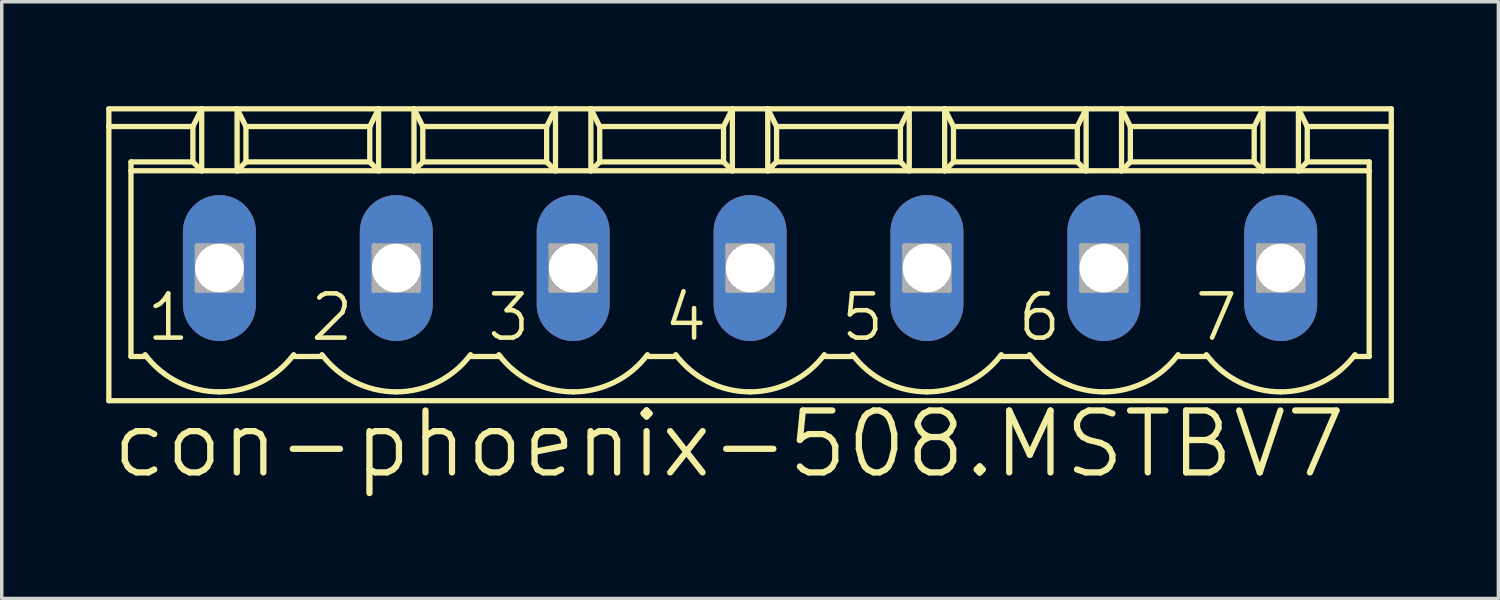
<source format=kicad_pcb>
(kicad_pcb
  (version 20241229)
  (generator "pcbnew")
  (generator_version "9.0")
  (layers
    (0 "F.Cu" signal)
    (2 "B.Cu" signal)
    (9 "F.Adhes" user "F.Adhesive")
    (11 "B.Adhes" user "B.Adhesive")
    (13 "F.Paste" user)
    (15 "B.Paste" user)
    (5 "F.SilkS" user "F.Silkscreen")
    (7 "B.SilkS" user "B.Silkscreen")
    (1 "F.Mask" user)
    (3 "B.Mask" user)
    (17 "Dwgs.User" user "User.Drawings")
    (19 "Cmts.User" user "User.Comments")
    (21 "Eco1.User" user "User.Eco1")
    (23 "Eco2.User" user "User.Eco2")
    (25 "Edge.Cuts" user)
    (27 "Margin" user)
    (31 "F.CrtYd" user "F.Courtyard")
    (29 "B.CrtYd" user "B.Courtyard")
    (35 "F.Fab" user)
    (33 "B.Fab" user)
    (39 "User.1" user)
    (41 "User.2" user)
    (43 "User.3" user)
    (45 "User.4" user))
  (footprint "con-phoenix-508.MSTBV7"
    (layer "F.Cu")
    (at 18.491 4.648)
    (property "Reference" "con-phoenix-508.MSTBV7" (at -18.415 6.096 0) (layer "F.SilkS") (effects (font (size 1.778 1.778) (thickness 0.18)) (justify left bottom)))
    (attr through_hole)
    (fp_line (start -18.415 -4.572) (end -18.415 -4.064) (stroke (width 0.152) (type default)) (layer "F.SilkS"))
    (fp_line (start -18.415 -4.572) (end -15.748 -4.572) (stroke (width 0.152) (type default)) (layer "F.SilkS"))
    (fp_line (start -18.415 -4.064) (end -18.415 3.81) (stroke (width 0.152) (type default)) (layer "F.SilkS"))
    (fp_line (start -18.415 -4.064) (end -16.002 -4.064) (stroke (width 0.152) (type default)) (layer "F.SilkS"))
    (fp_line (start -18.415 3.81) (end 18.415 3.81) (stroke (width 0.152) (type default)) (layer "F.SilkS"))
    (fp_line (start -17.78 -2.794) (end -17.78 -3.048) (stroke (width 0.152) (type default)) (layer "F.SilkS"))
    (fp_line (start -17.78 -2.794) (end -15.748 -2.794) (stroke (width 0.152) (type default)) (layer "F.SilkS"))
    (fp_line (start -17.78 2.54) (end -17.78 -2.794) (stroke (width 0.152) (type default)) (layer "F.SilkS"))
    (fp_line (start -17.78 2.54) (end -17.348 2.54) (stroke (width 0.152) (type default)) (layer "F.SilkS"))
    (fp_line (start -16.002 -4.064) (end -16.002 -3.048) (stroke (width 0.152) (type default)) (layer "F.SilkS"))
    (fp_line (start -16.002 -4.064) (end -15.748 -4.572) (stroke (width 0.152) (type default)) (layer "F.SilkS"))
    (fp_line (start -16.002 -3.048) (end -17.78 -3.048) (stroke (width 0.152) (type default)) (layer "F.SilkS"))
    (fp_line (start -16.002 -3.048) (end -15.748 -2.794) (stroke (width 0.152) (type default)) (layer "F.SilkS"))
    (fp_line (start -15.748 -4.572) (end -14.732 -4.572) (stroke (width 0.152) (type default)) (layer "F.SilkS"))
    (fp_line (start -15.748 -2.794) (end -15.748 -4.572) (stroke (width 0.152) (type default)) (layer "F.SilkS"))
    (fp_line (start -15.748 -2.794) (end -14.732 -2.794) (stroke (width 0.152) (type default)) (layer "F.SilkS"))
    (fp_line (start -14.732 -4.572) (end -14.478 -4.064) (stroke (width 0.152) (type default)) (layer "F.SilkS"))
    (fp_line (start -14.732 -4.572) (end -10.668 -4.572) (stroke (width 0.152) (type default)) (layer "F.SilkS"))
    (fp_line (start -14.732 -2.794) (end -14.732 -4.572) (stroke (width 0.152) (type default)) (layer "F.SilkS"))
    (fp_line (start -14.732 -2.794) (end -10.668 -2.794) (stroke (width 0.152) (type default)) (layer "F.SilkS"))
    (fp_line (start -14.478 -4.064) (end -14.478 -3.048) (stroke (width 0.152) (type default)) (layer "F.SilkS"))
    (fp_line (start -14.478 -4.064) (end -10.922 -4.064) (stroke (width 0.152) (type default)) (layer "F.SilkS"))
    (fp_line (start -14.478 -3.048) (end -14.732 -2.794) (stroke (width 0.152) (type default)) (layer "F.SilkS"))
    (fp_line (start -13.081 2.54) (end -12.319 2.54) (stroke (width 0.152) (type default)) (layer "F.SilkS"))
    (fp_line (start -10.922 -4.064) (end -10.922 -3.048) (stroke (width 0.152) (type default)) (layer "F.SilkS"))
    (fp_line (start -10.922 -4.064) (end -10.668 -4.572) (stroke (width 0.152) (type default)) (layer "F.SilkS"))
    (fp_line (start -10.922 -3.048) (end -14.478 -3.048) (stroke (width 0.152) (type default)) (layer "F.SilkS"))
    (fp_line (start -10.922 -3.048) (end -10.668 -2.794) (stroke (width 0.152) (type default)) (layer "F.SilkS"))
    (fp_line (start -10.668 -4.572) (end -9.652 -4.572) (stroke (width 0.152) (type default)) (layer "F.SilkS"))
    (fp_line (start -10.668 -2.794) (end -10.668 -4.572) (stroke (width 0.152) (type default)) (layer "F.SilkS"))
    (fp_line (start -10.668 -2.794) (end -9.652 -2.794) (stroke (width 0.152) (type default)) (layer "F.SilkS"))
    (fp_line (start -9.652 -4.572) (end -9.398 -4.064) (stroke (width 0.152) (type default)) (layer "F.SilkS"))
    (fp_line (start -9.652 -4.572) (end -5.588 -4.572) (stroke (width 0.152) (type default)) (layer "F.SilkS"))
    (fp_line (start -9.652 -2.794) (end -9.652 -4.572) (stroke (width 0.152) (type default)) (layer "F.SilkS"))
    (fp_line (start -9.652 -2.794) (end -5.588 -2.794) (stroke (width 0.152) (type default)) (layer "F.SilkS"))
    (fp_line (start -9.398 -4.064) (end -9.398 -3.048) (stroke (width 0.152) (type default)) (layer "F.SilkS"))
    (fp_line (start -9.398 -4.064) (end -5.842 -4.064) (stroke (width 0.152) (type default)) (layer "F.SilkS"))
    (fp_line (start -9.398 -3.048) (end -9.652 -2.794) (stroke (width 0.152) (type default)) (layer "F.SilkS"))
    (fp_line (start -8.001 2.54) (end -7.239 2.54) (stroke (width 0.152) (type default)) (layer "F.SilkS"))
    (fp_line (start -5.842 -4.064) (end -5.842 -3.048) (stroke (width 0.152) (type default)) (layer "F.SilkS"))
    (fp_line (start -5.842 -4.064) (end -5.588 -4.572) (stroke (width 0.152) (type default)) (layer "F.SilkS"))
    (fp_line (start -5.842 -3.048) (end -9.398 -3.048) (stroke (width 0.152) (type default)) (layer "F.SilkS"))
    (fp_line (start -5.842 -3.048) (end -5.588 -2.794) (stroke (width 0.152) (type default)) (layer "F.SilkS"))
    (fp_line (start -5.588 -4.572) (end -4.572 -4.572) (stroke (width 0.152) (type default)) (layer "F.SilkS"))
    (fp_line (start -5.588 -2.794) (end -5.588 -4.572) (stroke (width 0.152) (type default)) (layer "F.SilkS"))
    (fp_line (start -5.588 -2.794) (end -4.572 -2.794) (stroke (width 0.152) (type default)) (layer "F.SilkS"))
    (fp_line (start -4.572 -4.572) (end -4.318 -4.064) (stroke (width 0.152) (type default)) (layer "F.SilkS"))
    (fp_line (start -4.572 -4.572) (end -0.508 -4.572) (stroke (width 0.152) (type default)) (layer "F.SilkS"))
    (fp_line (start -4.572 -2.794) (end -4.572 -4.572) (stroke (width 0.152) (type default)) (layer "F.SilkS"))
    (fp_line (start -4.572 -2.794) (end -0.508 -2.794) (stroke (width 0.152) (type default)) (layer "F.SilkS"))
    (fp_line (start -4.318 -4.064) (end -4.318 -3.048) (stroke (width 0.152) (type default)) (layer "F.SilkS"))
    (fp_line (start -4.318 -4.064) (end -0.762 -4.064) (stroke (width 0.152) (type default)) (layer "F.SilkS"))
    (fp_line (start -4.318 -3.048) (end -4.572 -2.794) (stroke (width 0.152) (type default)) (layer "F.SilkS"))
    (fp_line (start -4.318 -3.048) (end -0.762 -3.048) (stroke (width 0.152) (type default)) (layer "F.SilkS"))
    (fp_line (start -2.921 2.54) (end -2.159 2.54) (stroke (width 0.152) (type default)) (layer "F.SilkS"))
    (fp_line (start -0.762 -4.064) (end -0.762 -3.048) (stroke (width 0.152) (type default)) (layer "F.SilkS"))
    (fp_line (start -0.762 -4.064) (end -0.508 -4.572) (stroke (width 0.152) (type default)) (layer "F.SilkS"))
    (fp_line (start -0.762 -3.048) (end -0.508 -2.794) (stroke (width 0.152) (type default)) (layer "F.SilkS"))
    (fp_line (start -0.508 -4.572) (end 0.508 -4.572) (stroke (width 0.152) (type default)) (layer "F.SilkS"))
    (fp_line (start -0.508 -2.794) (end -0.508 -4.572) (stroke (width 0.152) (type default)) (layer "F.SilkS"))
    (fp_line (start -0.508 -2.794) (end 0.508 -2.794) (stroke (width 0.152) (type default)) (layer "F.SilkS"))
    (fp_line (start 0.508 -4.572) (end 0.762 -4.064) (stroke (width 0.152) (type default)) (layer "F.SilkS"))
    (fp_line (start 0.508 -4.572) (end 4.572 -4.572) (stroke (width 0.152) (type default)) (layer "F.SilkS"))
    (fp_line (start 0.508 -2.794) (end 0.508 -4.572) (stroke (width 0.152) (type default)) (layer "F.SilkS"))
    (fp_line (start 0.508 -2.794) (end 4.572 -2.794) (stroke (width 0.152) (type default)) (layer "F.SilkS"))
    (fp_line (start 0.762 -4.064) (end 0.762 -3.048) (stroke (width 0.152) (type default)) (layer "F.SilkS"))
    (fp_line (start 0.762 -4.064) (end 4.318 -4.064) (stroke (width 0.152) (type default)) (layer "F.SilkS"))
    (fp_line (start 0.762 -3.048) (end 0.508 -2.794) (stroke (width 0.152) (type default)) (layer "F.SilkS"))
    (fp_line (start 0.762 -3.048) (end 4.318 -3.048) (stroke (width 0.152) (type default)) (layer "F.SilkS"))
    (fp_line (start 2.159 2.54) (end 2.921 2.54) (stroke (width 0.152) (type default)) (layer "F.SilkS"))
    (fp_line (start 4.318 -4.064) (end 4.318 -3.048) (stroke (width 0.152) (type default)) (layer "F.SilkS"))
    (fp_line (start 4.318 -4.064) (end 4.572 -4.572) (stroke (width 0.152) (type default)) (layer "F.SilkS"))
    (fp_line (start 4.318 -3.048) (end 4.572 -2.794) (stroke (width 0.152) (type default)) (layer "F.SilkS"))
    (fp_line (start 4.572 -4.572) (end 5.588 -4.572) (stroke (width 0.152) (type default)) (layer "F.SilkS"))
    (fp_line (start 4.572 -2.794) (end 4.572 -4.572) (stroke (width 0.152) (type default)) (layer "F.SilkS"))
    (fp_line (start 4.572 -2.794) (end 5.588 -2.794) (stroke (width 0.152) (type default)) (layer "F.SilkS"))
    (fp_line (start 5.588 -4.572) (end 5.842 -4.064) (stroke (width 0.152) (type default)) (layer "F.SilkS"))
    (fp_line (start 5.588 -4.572) (end 9.652 -4.572) (stroke (width 0.152) (type default)) (layer "F.SilkS"))
    (fp_line (start 5.588 -2.794) (end 5.588 -4.572) (stroke (width 0.152) (type default)) (layer "F.SilkS"))
    (fp_line (start 5.588 -2.794) (end 9.652 -2.794) (stroke (width 0.152) (type default)) (layer "F.SilkS"))
    (fp_line (start 5.842 -4.064) (end 5.842 -3.048) (stroke (width 0.152) (type default)) (layer "F.SilkS"))
    (fp_line (start 5.842 -4.064) (end 9.398 -4.064) (stroke (width 0.152) (type default)) (layer "F.SilkS"))
    (fp_line (start 5.842 -3.048) (end 5.588 -2.794) (stroke (width 0.152) (type default)) (layer "F.SilkS"))
    (fp_line (start 5.842 -3.048) (end 9.398 -3.048) (stroke (width 0.152) (type default)) (layer "F.SilkS"))
    (fp_line (start 7.239 2.54) (end 8.001 2.54) (stroke (width 0.152) (type default)) (layer "F.SilkS"))
    (fp_line (start 9.398 -4.064) (end 9.398 -3.048) (stroke (width 0.152) (type default)) (layer "F.SilkS"))
    (fp_line (start 9.398 -4.064) (end 9.652 -4.572) (stroke (width 0.152) (type default)) (layer "F.SilkS"))
    (fp_line (start 9.398 -3.048) (end 9.652 -2.794) (stroke (width 0.152) (type default)) (layer "F.SilkS"))
    (fp_line (start 9.652 -4.572) (end 10.668 -4.572) (stroke (width 0.152) (type default)) (layer "F.SilkS"))
    (fp_line (start 9.652 -2.794) (end 9.652 -4.572) (stroke (width 0.152) (type default)) (layer "F.SilkS"))
    (fp_line (start 9.652 -2.794) (end 10.668 -2.794) (stroke (width 0.152) (type default)) (layer "F.SilkS"))
    (fp_line (start 10.668 -4.572) (end 10.922 -4.064) (stroke (width 0.152) (type default)) (layer "F.SilkS"))
    (fp_line (start 10.668 -4.572) (end 14.732 -4.572) (stroke (width 0.152) (type default)) (layer "F.SilkS"))
    (fp_line (start 10.668 -2.794) (end 10.668 -4.572) (stroke (width 0.152) (type default)) (layer "F.SilkS"))
    (fp_line (start 10.668 -2.794) (end 14.732 -2.794) (stroke (width 0.152) (type default)) (layer "F.SilkS"))
    (fp_line (start 10.922 -4.064) (end 10.922 -3.048) (stroke (width 0.152) (type default)) (layer "F.SilkS"))
    (fp_line (start 10.922 -4.064) (end 14.478 -4.064) (stroke (width 0.152) (type default)) (layer "F.SilkS"))
    (fp_line (start 10.922 -3.048) (end 10.668 -2.794) (stroke (width 0.152) (type default)) (layer "F.SilkS"))
    (fp_line (start 10.922 -3.048) (end 14.478 -3.048) (stroke (width 0.152) (type default)) (layer "F.SilkS"))
    (fp_line (start 12.319 2.54) (end 13.081 2.54) (stroke (width 0.152) (type default)) (layer "F.SilkS"))
    (fp_line (start 14.478 -4.064) (end 14.478 -3.048) (stroke (width 0.152) (type default)) (layer "F.SilkS"))
    (fp_line (start 14.478 -4.064) (end 14.732 -4.572) (stroke (width 0.152) (type default)) (layer "F.SilkS"))
    (fp_line (start 14.478 -3.048) (end 14.732 -2.794) (stroke (width 0.152) (type default)) (layer "F.SilkS"))
    (fp_line (start 14.732 -4.572) (end 15.748 -4.572) (stroke (width 0.152) (type default)) (layer "F.SilkS"))
    (fp_line (start 14.732 -2.794) (end 14.732 -4.572) (stroke (width 0.152) (type default)) (layer "F.SilkS"))
    (fp_line (start 14.732 -2.794) (end 15.748 -2.794) (stroke (width 0.152) (type default)) (layer "F.SilkS"))
    (fp_line (start 15.748 -4.572) (end 16.002 -4.064) (stroke (width 0.152) (type default)) (layer "F.SilkS"))
    (fp_line (start 15.748 -4.572) (end 18.415 -4.572) (stroke (width 0.152) (type default)) (layer "F.SilkS"))
    (fp_line (start 15.748 -2.794) (end 15.748 -4.572) (stroke (width 0.152) (type default)) (layer "F.SilkS"))
    (fp_line (start 15.748 -2.794) (end 17.78 -2.794) (stroke (width 0.152) (type default)) (layer "F.SilkS"))
    (fp_line (start 16.002 -4.064) (end 16.002 -3.048) (stroke (width 0.152) (type default)) (layer "F.SilkS"))
    (fp_line (start 16.002 -4.064) (end 18.415 -4.064) (stroke (width 0.152) (type default)) (layer "F.SilkS"))
    (fp_line (start 16.002 -3.048) (end 15.748 -2.794) (stroke (width 0.152) (type default)) (layer "F.SilkS"))
    (fp_line (start 16.002 -3.048) (end 17.78 -3.048) (stroke (width 0.152) (type default)) (layer "F.SilkS"))
    (fp_line (start 17.348 2.54) (end 17.78 2.54) (stroke (width 0.152) (type default)) (layer "F.SilkS"))
    (fp_line (start 17.78 -3.048) (end 17.78 -2.794) (stroke (width 0.152) (type default)) (layer "F.SilkS"))
    (fp_line (start 17.78 -2.794) (end 17.78 2.54) (stroke (width 0.152) (type default)) (layer "F.SilkS"))
    (fp_line (start 18.415 -4.064) (end 18.415 -4.572) (stroke (width 0.152) (type default)) (layer "F.SilkS"))
    (fp_line (start 18.415 3.81) (end 18.415 -4.064) (stroke (width 0.152) (type default)) (layer "F.SilkS"))
    (fp_arc (start -15.24 3.556) (mid -16.432719 3.274437) (end -17.3736 2.4892) (stroke (width 0.1524) (type default)) (layer "F.SilkS"))
    (fp_arc (start -13.1064 2.4892) (mid -14.047281 3.274437) (end -15.24 3.556) (stroke (width 0.1524) (type default)) (layer "F.SilkS"))
    (fp_arc (start -10.16 3.556) (mid -11.352719 3.274437) (end -12.2936 2.4892) (stroke (width 0.1524) (type default)) (layer "F.SilkS"))
    (fp_arc (start -8.0264 2.4892) (mid -8.967281 3.274437) (end -10.16 3.556) (stroke (width 0.1524) (type default)) (layer "F.SilkS"))
    (fp_arc (start -5.08 3.556) (mid -6.272719 3.274437) (end -7.2136 2.4892) (stroke (width 0.1524) (type default)) (layer "F.SilkS"))
    (fp_arc (start -2.9464 2.4892) (mid -3.887281 3.274437) (end -5.08 3.556) (stroke (width 0.1524) (type default)) (layer "F.SilkS"))
    (fp_arc (start 0 3.556) (mid -1.192719 3.274437) (end -2.1336 2.4892) (stroke (width 0.1524) (type default)) (layer "F.SilkS"))
    (fp_arc (start 2.1336 2.4892) (mid 1.192719 3.274437) (end 0 3.556) (stroke (width 0.1524) (type default)) (layer "F.SilkS"))
    (fp_arc (start 5.08 3.556) (mid 3.887281 3.274437) (end 2.9464 2.4892) (stroke (width 0.1524) (type default)) (layer "F.SilkS"))
    (fp_arc (start 7.2136 2.4892) (mid 6.272719 3.274437) (end 5.08 3.556) (stroke (width 0.1524) (type default)) (layer "F.SilkS"))
    (fp_arc (start 10.16 3.556) (mid 8.967281 3.274437) (end 8.0264 2.4892) (stroke (width 0.1524) (type default)) (layer "F.SilkS"))
    (fp_arc (start 12.2936 2.4892) (mid 11.352719 3.274437) (end 10.16 3.556) (stroke (width 0.1524) (type default)) (layer "F.SilkS"))
    (fp_arc (start 15.24 3.556) (mid 14.047281 3.274437) (end 13.1064 2.4892) (stroke (width 0.1524) (type default)) (layer "F.SilkS"))
    (fp_arc (start 17.3736 2.4892) (mid 16.432719 3.274437) (end 15.24 3.556) (stroke (width 0.1524) (type default)) (layer "F.SilkS"))
    (fp_line (start -15.875 -0.635) (end -15.875 0.635) (stroke (width 0.152) (type default)) (layer "F.Fab"))
    (fp_line (start -15.875 -0.635) (end -14.605 0.635) (stroke (width 0.152) (type default)) (layer "F.Fab"))
    (fp_line (start -15.875 0.635) (end -14.605 -0.635) (stroke (width 0.152) (type default)) (layer "F.Fab"))
    (fp_line (start -15.875 0.635) (end -14.605 0.635) (stroke (width 0.152) (type default)) (layer "F.Fab"))
    (fp_line (start -14.605 -0.635) (end -15.875 -0.635) (stroke (width 0.152) (type default)) (layer "F.Fab"))
    (fp_line (start -14.605 0.635) (end -14.605 -0.635) (stroke (width 0.152) (type default)) (layer "F.Fab"))
    (fp_line (start -10.795 -0.635) (end -10.795 0.635) (stroke (width 0.152) (type default)) (layer "F.Fab"))
    (fp_line (start -10.795 -0.635) (end -9.525 0.635) (stroke (width 0.152) (type default)) (layer "F.Fab"))
    (fp_line (start -10.795 0.635) (end -9.525 -0.635) (stroke (width 0.152) (type default)) (layer "F.Fab"))
    (fp_line (start -10.795 0.635) (end -9.525 0.635) (stroke (width 0.152) (type default)) (layer "F.Fab"))
    (fp_line (start -9.525 -0.635) (end -10.795 -0.635) (stroke (width 0.152) (type default)) (layer "F.Fab"))
    (fp_line (start -9.525 0.635) (end -9.525 -0.635) (stroke (width 0.152) (type default)) (layer "F.Fab"))
    (fp_line (start -5.715 -0.635) (end -5.715 0.635) (stroke (width 0.152) (type default)) (layer "F.Fab"))
    (fp_line (start -5.715 -0.635) (end -4.445 0.635) (stroke (width 0.152) (type default)) (layer "F.Fab"))
    (fp_line (start -5.715 0.635) (end -4.445 -0.635) (stroke (width 0.152) (type default)) (layer "F.Fab"))
    (fp_line (start -5.715 0.635) (end -4.445 0.635) (stroke (width 0.152) (type default)) (layer "F.Fab"))
    (fp_line (start -4.445 -0.635) (end -5.715 -0.635) (stroke (width 0.152) (type default)) (layer "F.Fab"))
    (fp_line (start -4.445 0.635) (end -4.445 -0.635) (stroke (width 0.152) (type default)) (layer "F.Fab"))
    (fp_line (start -0.635 -0.635) (end -0.635 0.635) (stroke (width 0.152) (type default)) (layer "F.Fab"))
    (fp_line (start -0.635 -0.635) (end 0.635 0.635) (stroke (width 0.152) (type default)) (layer "F.Fab"))
    (fp_line (start -0.635 0.635) (end 0.635 -0.635) (stroke (width 0.152) (type default)) (layer "F.Fab"))
    (fp_line (start -0.635 0.635) (end 0.635 0.635) (stroke (width 0.152) (type default)) (layer "F.Fab"))
    (fp_line (start 0.635 -0.635) (end -0.635 -0.635) (stroke (width 0.152) (type default)) (layer "F.Fab"))
    (fp_line (start 0.635 0.635) (end 0.635 -0.635) (stroke (width 0.152) (type default)) (layer "F.Fab"))
    (fp_line (start 4.445 -0.635) (end 4.445 0.635) (stroke (width 0.152) (type default)) (layer "F.Fab"))
    (fp_line (start 4.445 -0.635) (end 5.715 0.635) (stroke (width 0.152) (type default)) (layer "F.Fab"))
    (fp_line (start 4.445 0.635) (end 5.715 -0.635) (stroke (width 0.152) (type default)) (layer "F.Fab"))
    (fp_line (start 4.445 0.635) (end 5.715 0.635) (stroke (width 0.152) (type default)) (layer "F.Fab"))
    (fp_line (start 5.715 -0.635) (end 4.445 -0.635) (stroke (width 0.152) (type default)) (layer "F.Fab"))
    (fp_line (start 5.715 0.635) (end 5.715 -0.635) (stroke (width 0.152) (type default)) (layer "F.Fab"))
    (fp_line (start 9.525 -0.635) (end 9.525 0.635) (stroke (width 0.152) (type default)) (layer "F.Fab"))
    (fp_line (start 9.525 -0.635) (end 10.795 0.635) (stroke (width 0.152) (type default)) (layer "F.Fab"))
    (fp_line (start 9.525 0.635) (end 10.795 -0.635) (stroke (width 0.152) (type default)) (layer "F.Fab"))
    (fp_line (start 9.525 0.635) (end 10.795 0.635) (stroke (width 0.152) (type default)) (layer "F.Fab"))
    (fp_line (start 10.795 -0.635) (end 9.525 -0.635) (stroke (width 0.152) (type default)) (layer "F.Fab"))
    (fp_line (start 10.795 0.635) (end 10.795 -0.635) (stroke (width 0.152) (type default)) (layer "F.Fab"))
    (fp_line (start 14.605 -0.635) (end 14.605 0.635) (stroke (width 0.152) (type default)) (layer "F.Fab"))
    (fp_line (start 14.605 -0.635) (end 15.875 0.635) (stroke (width 0.152) (type default)) (layer "F.Fab"))
    (fp_line (start 14.605 0.635) (end 15.875 -0.635) (stroke (width 0.152) (type default)) (layer "F.Fab"))
    (fp_line (start 14.605 0.635) (end 15.875 0.635) (stroke (width 0.152) (type default)) (layer "F.Fab"))
    (fp_line (start 15.875 -0.635) (end 14.605 -0.635) (stroke (width 0.152) (type default)) (layer "F.Fab"))
    (fp_line (start 15.875 0.635) (end 15.875 -0.635) (stroke (width 0.152) (type default)) (layer "F.Fab"))
    (fp_text user "2" (at -12.7 2.159 0) (layer "F.SilkS") (effects (font (size 1.27 1.27) (thickness 0.13)) (justify left bottom)))
    (fp_text user "5" (at 2.54 2.159 0) (layer "F.SilkS") (effects (font (size 1.27 1.27) (thickness 0.13)) (justify left bottom)))
    (fp_text user "3" (at -7.62 2.159 0) (layer "F.SilkS") (effects (font (size 1.27 1.27) (thickness 0.13)) (justify left bottom)))
    (fp_text user "1" (at -17.399 2.159 0) (layer "F.SilkS") (effects (font (size 1.27 1.27) (thickness 0.13)) (justify left bottom)))
    (fp_text user "6" (at 7.62 2.159 0) (layer "F.SilkS") (effects (font (size 1.27 1.27) (thickness 0.13)) (justify left bottom)))
    (fp_text user "7" (at 12.7 2.159 0) (layer "F.SilkS") (effects (font (size 1.27 1.27) (thickness 0.13)) (justify left bottom)))
    (fp_text user "4" (at -2.54 2.159 0) (layer "F.SilkS") (effects (font (size 1.27 1.27) (thickness 0.13)) (justify left bottom)))
    (pad "1" thru_hole oval (at -15.24 0 90) (size 4.191 2.095) (drill 1.397) (layers "*.Cu" "*.Mask"))
    (pad "2" thru_hole oval (at -10.16 0 90) (size 4.191 2.095) (drill 1.397) (layers "*.Cu" "*.Mask"))
    (pad "3" thru_hole oval (at -5.08 0 90) (size 4.191 2.095) (drill 1.397) (layers "*.Cu" "*.Mask"))
    (pad "4" thru_hole oval (at 0 0 90) (size 4.191 2.095) (drill 1.397) (layers "*.Cu" "*.Mask"))
    (pad "5" thru_hole oval (at 5.08 0 90) (size 4.191 2.095) (drill 1.397) (layers "*.Cu" "*.Mask"))
    (pad "6" thru_hole oval (at 10.16 0 90) (size 4.191 2.095) (drill 1.397) (layers "*.Cu" "*.Mask"))
    (pad "7" thru_hole oval (at 15.24 0 90) (size 4.191 2.095) (drill 1.397) (layers "*.Cu" "*.Mask")))
  (gr_rect
    (start -3 -3)
    (end 39.982 14.138)
    (stroke (width 0.1) (type default))
    (fill no)
    (layer "Edge.Cuts")))
</source>
